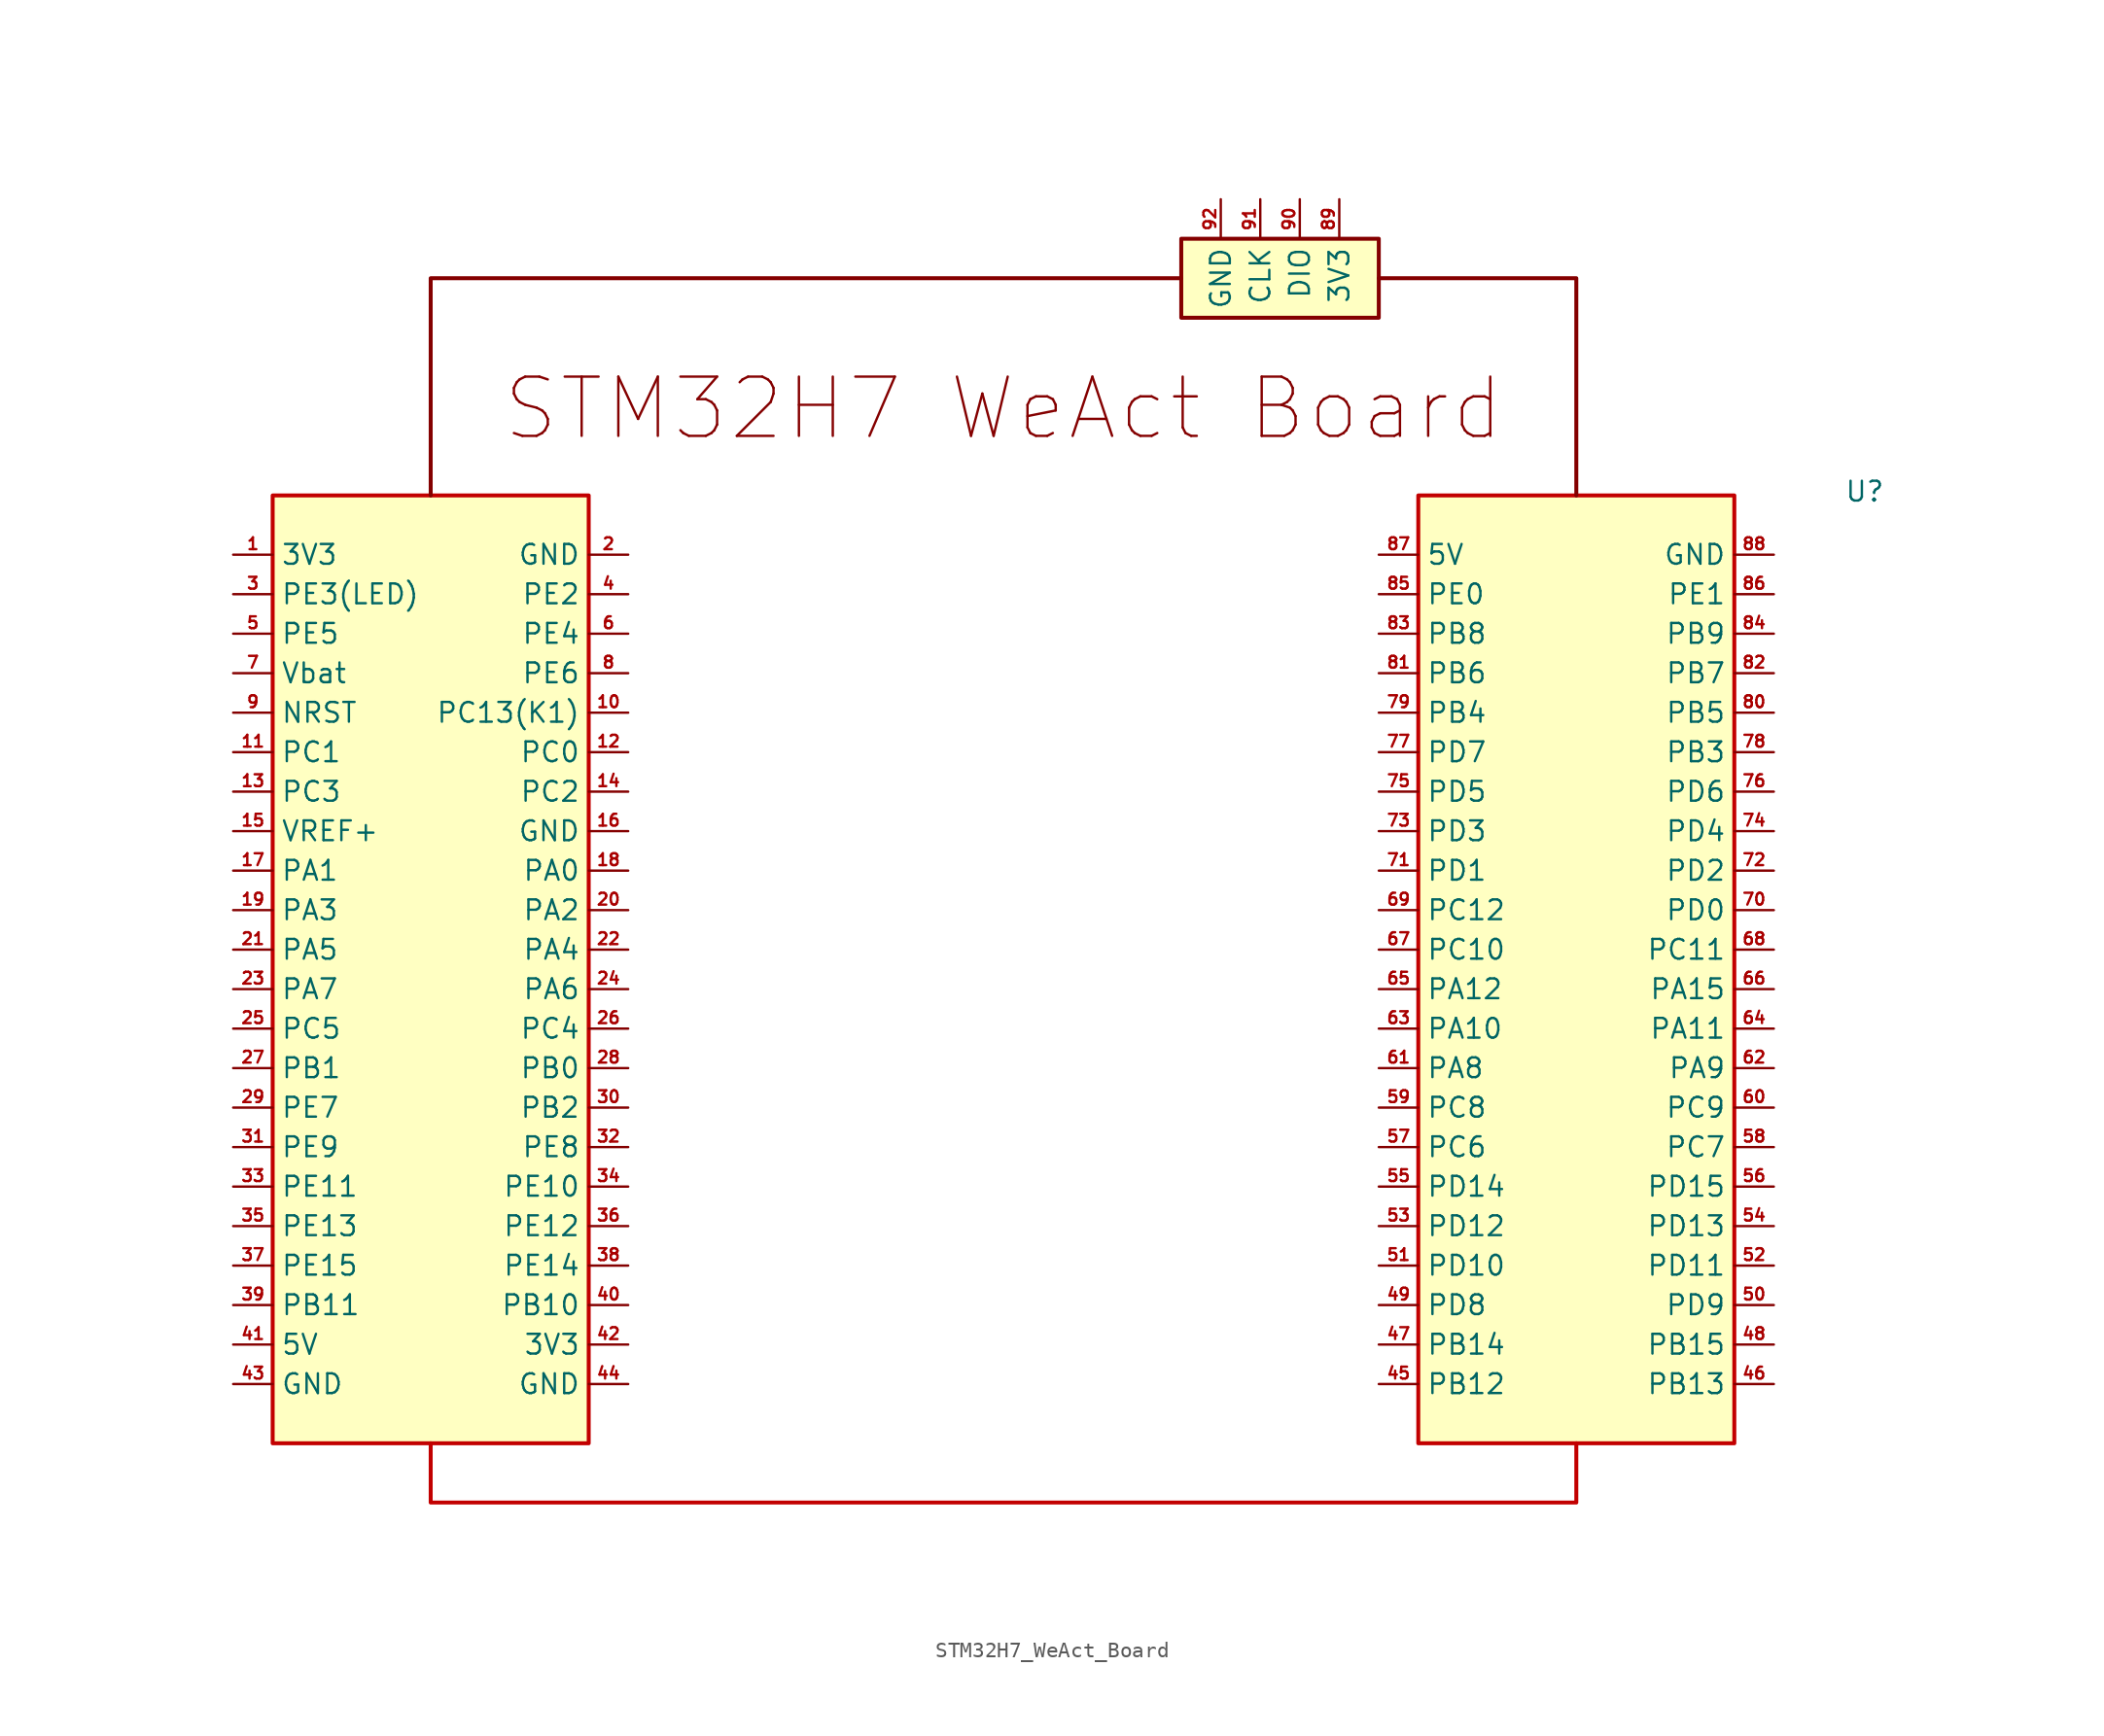
<source format=kicad_sym>
(kicad_symbol_lib
  (version 20241209)
  (generator "kicad_symbol_editor")
  (generator_version "9.0")
  (symbol "STM32H7_WeAct_Board"
    (property "Reference" "U"
      (at 55.372 30.734 0)
      (effects (font (size 1.27 1.27))))
    (property "Value" ""
      (at 0 0 0)
      (effects (font (size 1.27 1.27))))
    (symbol "STM32H7_WeAct_Board_1_1"
      (rectangle (start -46.99 30.48) (end -26.67 -30.48) (stroke (width 0.254) (type solid) (color 194 0 0 1)) (fill (type color) (color 255 255 194 1)))
      (polyline (pts (xy -36.83 -30.48) (xy -36.83 -34.29) (xy 36.83 -34.29) (xy 36.83 -30.48)) (stroke (width 0.254) (type solid) (color 194 0 0 1)) (fill (type none)))
      (rectangle (start 11.43 46.99) (end 24.13 41.91) (stroke (width 0.254) (type solid)) (fill (type color) (color 255 255 194 1)))
      (polyline (pts (xy 11.43 44.45) (xy -36.83 44.45) (xy -36.83 30.48)) (stroke (width 0.254) (type solid)) (fill (type none)))
      (rectangle (start 26.67 30.48) (end 46.99 -30.48) (stroke (width 0.254) (type solid) (color 194 0 0 1)) (fill (type color) (color 255 255 194 1)))
      (polyline (pts (xy 36.83 30.48) (xy 36.83 44.45) (xy 24.13 44.45)) (stroke (width 0.254) (type solid)) (fill (type none)))
      (text "STM32H7 WeAct Board" (at 0 36.068 0) (effects (font (size 3.81 3.81))))
      (pin bidirectional line (at -49.53 26.67 0) (length 2.54) (name "3V3" (effects (font (size 1.27 1.27)))) (number "1" (effects (font (size 0.762 0.762)))))
      (pin bidirectional line (at -49.53 24.13 0) (length 2.54) (name "PE3(LED)" (effects (font (size 1.27 1.27)))) (number "3" (effects (font (size 0.762 0.762)))))
      (pin bidirectional line (at -49.53 21.59 0) (length 2.54) (name "PE5" (effects (font (size 1.27 1.27)))) (number "5" (effects (font (size 0.762 0.762)))))
      (pin bidirectional line (at -49.53 19.05 0) (length 2.54) (name "Vbat" (effects (font (size 1.27 1.27)))) (number "7" (effects (font (size 0.762 0.762)))))
      (pin bidirectional line (at -49.53 16.51 0) (length 2.54) (name "NRST" (effects (font (size 1.27 1.27)))) (number "9" (effects (font (size 0.762 0.762)))))
      (pin bidirectional line (at -49.53 13.97 0) (length 2.54) (name "PC1" (effects (font (size 1.27 1.27)))) (number "11" (effects (font (size 0.762 0.762)))))
      (pin bidirectional line (at -49.53 11.43 0) (length 2.54) (name "PC3" (effects (font (size 1.27 1.27)))) (number "13" (effects (font (size 0.762 0.762)))))
      (pin bidirectional line (at -49.53 8.89 0) (length 2.54) (name "VREF+" (effects (font (size 1.27 1.27)))) (number "15" (effects (font (size 0.762 0.762)))))
      (pin bidirectional line (at -49.53 6.35 0) (length 2.54) (name "PA1" (effects (font (size 1.27 1.27)))) (number "17" (effects (font (size 0.762 0.762)))))
      (pin bidirectional line (at -49.53 3.81 0) (length 2.54) (name "PA3" (effects (font (size 1.27 1.27)))) (number "19" (effects (font (size 0.762 0.762)))))
      (pin bidirectional line (at -49.53 1.27 0) (length 2.54) (name "PA5" (effects (font (size 1.27 1.27)))) (number "21" (effects (font (size 0.762 0.762)))))
      (pin bidirectional line (at -49.53 -1.27 0) (length 2.54) (name "PA7" (effects (font (size 1.27 1.27)))) (number "23" (effects (font (size 0.762 0.762)))))
      (pin bidirectional line (at -49.53 -3.81 0) (length 2.54) (name "PC5" (effects (font (size 1.27 1.27)))) (number "25" (effects (font (size 0.762 0.762)))))
      (pin bidirectional line (at -49.53 -6.35 0) (length 2.54) (name "PB1" (effects (font (size 1.27 1.27)))) (number "27" (effects (font (size 0.762 0.762)))))
      (pin bidirectional line (at -49.53 -8.89 0) (length 2.54) (name "PE7" (effects (font (size 1.27 1.27)))) (number "29" (effects (font (size 0.762 0.762)))))
      (pin bidirectional line (at -49.53 -11.43 0) (length 2.54) (name "PE9" (effects (font (size 1.27 1.27)))) (number "31" (effects (font (size 0.762 0.762)))))
      (pin bidirectional line (at -49.53 -13.97 0) (length 2.54) (name "PE11" (effects (font (size 1.27 1.27)))) (number "33" (effects (font (size 0.762 0.762)))))
      (pin bidirectional line (at -49.53 -16.51 0) (length 2.54) (name "PE13" (effects (font (size 1.27 1.27)))) (number "35" (effects (font (size 0.762 0.762)))))
      (pin bidirectional line (at -49.53 -19.05 0) (length 2.54) (name "PE15" (effects (font (size 1.27 1.27)))) (number "37" (effects (font (size 0.762 0.762)))))
      (pin bidirectional line (at -49.53 -21.59 0) (length 2.54) (name "PB11" (effects (font (size 1.27 1.27)))) (number "39" (effects (font (size 0.762 0.762)))))
      (pin bidirectional line (at -49.53 -24.13 0) (length 2.54) (name "5V" (effects (font (size 1.27 1.27)))) (number "41" (effects (font (size 0.762 0.762)))))
      (pin bidirectional line (at -49.53 -26.67 0) (length 2.54) (name "GND" (effects (font (size 1.27 1.27)))) (number "43" (effects (font (size 0.762 0.762)))))
      (pin bidirectional line (at -24.13 26.67 180) (length 2.54) (name "GND" (effects (font (size 1.27 1.27)))) (number "2" (effects (font (size 0.762 0.762)))))
      (pin bidirectional line (at -24.13 24.13 180) (length 2.54) (name "PE2" (effects (font (size 1.27 1.27)))) (number "4" (effects (font (size 0.762 0.762)))))
      (pin bidirectional line (at -24.13 21.59 180) (length 2.54) (name "PE4" (effects (font (size 1.27 1.27)))) (number "6" (effects (font (size 0.762 0.762)))))
      (pin bidirectional line (at -24.13 19.05 180) (length 2.54) (name "PE6" (effects (font (size 1.27 1.27)))) (number "8" (effects (font (size 0.762 0.762)))))
      (pin bidirectional line (at -24.13 16.51 180) (length 2.54) (name "PC13(K1)" (effects (font (size 1.27 1.27)))) (number "10" (effects (font (size 0.762 0.762)))))
      (pin bidirectional line (at -24.13 13.97 180) (length 2.54) (name "PC0" (effects (font (size 1.27 1.27)))) (number "12" (effects (font (size 0.762 0.762)))))
      (pin bidirectional line (at -24.13 11.43 180) (length 2.54) (name "PC2" (effects (font (size 1.27 1.27)))) (number "14" (effects (font (size 0.762 0.762)))))
      (pin bidirectional line (at -24.13 8.89 180) (length 2.54) (name "GND" (effects (font (size 1.27 1.27)))) (number "16" (effects (font (size 0.762 0.762)))))
      (pin bidirectional line (at -24.13 6.35 180) (length 2.54) (name "PA0" (effects (font (size 1.27 1.27)))) (number "18" (effects (font (size 0.762 0.762)))))
      (pin bidirectional line (at -24.13 3.81 180) (length 2.54) (name "PA2" (effects (font (size 1.27 1.27)))) (number "20" (effects (font (size 0.762 0.762)))))
      (pin bidirectional line (at -24.13 1.27 180) (length 2.54) (name "PA4" (effects (font (size 1.27 1.27)))) (number "22" (effects (font (size 0.762 0.762)))))
      (pin bidirectional line (at -24.13 -1.27 180) (length 2.54) (name "PA6" (effects (font (size 1.27 1.27)))) (number "24" (effects (font (size 0.762 0.762)))))
      (pin bidirectional line (at -24.13 -3.81 180) (length 2.54) (name "PC4" (effects (font (size 1.27 1.27)))) (number "26" (effects (font (size 0.762 0.762)))))
      (pin bidirectional line (at -24.13 -6.35 180) (length 2.54) (name "PB0" (effects (font (size 1.27 1.27)))) (number "28" (effects (font (size 0.762 0.762)))))
      (pin bidirectional line (at -24.13 -8.89 180) (length 2.54) (name "PB2" (effects (font (size 1.27 1.27)))) (number "30" (effects (font (size 0.762 0.762)))))
      (pin bidirectional line (at -24.13 -11.43 180) (length 2.54) (name "PE8" (effects (font (size 1.27 1.27)))) (number "32" (effects (font (size 0.762 0.762)))))
      (pin bidirectional line (at -24.13 -13.97 180) (length 2.54) (name "PE10" (effects (font (size 1.27 1.27)))) (number "34" (effects (font (size 0.762 0.762)))))
      (pin bidirectional line (at -24.13 -16.51 180) (length 2.54) (name "PE12" (effects (font (size 1.27 1.27)))) (number "36" (effects (font (size 0.762 0.762)))))
      (pin bidirectional line (at -24.13 -19.05 180) (length 2.54) (name "PE14" (effects (font (size 1.27 1.27)))) (number "38" (effects (font (size 0.762 0.762)))))
      (pin bidirectional line (at -24.13 -21.59 180) (length 2.54) (name "PB10" (effects (font (size 1.27 1.27)))) (number "40" (effects (font (size 0.762 0.762)))))
      (pin bidirectional line (at -24.13 -24.13 180) (length 2.54) (name "3V3" (effects (font (size 1.27 1.27)))) (number "42" (effects (font (size 0.762 0.762)))))
      (pin bidirectional line (at -24.13 -26.67 180) (length 2.54) (name "GND" (effects (font (size 1.27 1.27)))) (number "44" (effects (font (size 0.762 0.762)))))
      (pin bidirectional line (at 13.97 49.53 270) (length 2.54) (name "GND" (effects (font (size 1.27 1.27)))) (number "92" (effects (font (size 0.762 0.762)))))
      (pin bidirectional line (at 16.51 49.53 270) (length 2.54) (name "CLK" (effects (font (size 1.27 1.27)))) (number "91" (effects (font (size 0.762 0.762)))))
      (pin bidirectional line (at 19.05 49.53 270) (length 2.54) (name "DIO" (effects (font (size 1.27 1.27)))) (number "90" (effects (font (size 0.762 0.762)))))
      (pin bidirectional line (at 21.59 49.53 270) (length 2.54) (name "3V3" (effects (font (size 1.27 1.27)))) (number "89" (effects (font (size 0.762 0.762)))))
      (pin bidirectional line (at 24.13 26.67 0) (length 2.54) (name "5V" (effects (font (size 1.27 1.27)))) (number "87" (effects (font (size 0.762 0.762)))))
      (pin bidirectional line (at 24.13 24.13 0) (length 2.54) (name "PE0" (effects (font (size 1.27 1.27)))) (number "85" (effects (font (size 0.762 0.762)))))
      (pin bidirectional line (at 24.13 21.59 0) (length 2.54) (name "PB8" (effects (font (size 1.27 1.27)))) (number "83" (effects (font (size 0.762 0.762)))))
      (pin bidirectional line (at 24.13 19.05 0) (length 2.54) (name "PB6" (effects (font (size 1.27 1.27)))) (number "81" (effects (font (size 0.762 0.762)))))
      (pin bidirectional line (at 24.13 16.51 0) (length 2.54) (name "PB4" (effects (font (size 1.27 1.27)))) (number "79" (effects (font (size 0.762 0.762)))))
      (pin bidirectional line (at 24.13 13.97 0) (length 2.54) (name "PD7" (effects (font (size 1.27 1.27)))) (number "77" (effects (font (size 0.762 0.762)))))
      (pin bidirectional line (at 24.13 11.43 0) (length 2.54) (name "PD5" (effects (font (size 1.27 1.27)))) (number "75" (effects (font (size 0.762 0.762)))))
      (pin bidirectional line (at 24.13 8.89 0) (length 2.54) (name "PD3" (effects (font (size 1.27 1.27)))) (number "73" (effects (font (size 0.762 0.762)))))
      (pin bidirectional line (at 24.13 6.35 0) (length 2.54) (name "PD1" (effects (font (size 1.27 1.27)))) (number "71" (effects (font (size 0.762 0.762)))))
      (pin bidirectional line (at 24.13 3.81 0) (length 2.54) (name "PC12" (effects (font (size 1.27 1.27)))) (number "69" (effects (font (size 0.762 0.762)))))
      (pin bidirectional line (at 24.13 1.27 0) (length 2.54) (name "PC10" (effects (font (size 1.27 1.27)))) (number "67" (effects (font (size 0.762 0.762)))))
      (pin bidirectional line (at 24.13 -1.27 0) (length 2.54) (name "PA12" (effects (font (size 1.27 1.27)))) (number "65" (effects (font (size 0.762 0.762)))))
      (pin bidirectional line (at 24.13 -3.81 0) (length 2.54) (name "PA10" (effects (font (size 1.27 1.27)))) (number "63" (effects (font (size 0.762 0.762)))))
      (pin bidirectional line (at 24.13 -6.35 0) (length 2.54) (name "PA8" (effects (font (size 1.27 1.27)))) (number "61" (effects (font (size 0.762 0.762)))))
      (pin bidirectional line (at 24.13 -8.89 0) (length 2.54) (name "PC8" (effects (font (size 1.27 1.27)))) (number "59" (effects (font (size 0.762 0.762)))))
      (pin bidirectional line (at 24.13 -11.43 0) (length 2.54) (name "PC6" (effects (font (size 1.27 1.27)))) (number "57" (effects (font (size 0.762 0.762)))))
      (pin bidirectional line (at 24.13 -13.97 0) (length 2.54) (name "PD14" (effects (font (size 1.27 1.27)))) (number "55" (effects (font (size 0.762 0.762)))))
      (pin bidirectional line (at 24.13 -16.51 0) (length 2.54) (name "PD12" (effects (font (size 1.27 1.27)))) (number "53" (effects (font (size 0.762 0.762)))))
      (pin bidirectional line (at 24.13 -19.05 0) (length 2.54) (name "PD10" (effects (font (size 1.27 1.27)))) (number "51" (effects (font (size 0.762 0.762)))))
      (pin bidirectional line (at 24.13 -21.59 0) (length 2.54) (name "PD8" (effects (font (size 1.27 1.27)))) (number "49" (effects (font (size 0.762 0.762)))))
      (pin bidirectional line (at 24.13 -24.13 0) (length 2.54) (name "PB14" (effects (font (size 1.27 1.27)))) (number "47" (effects (font (size 0.762 0.762)))))
      (pin bidirectional line (at 24.13 -26.67 0) (length 2.54) (name "PB12" (effects (font (size 1.27 1.27)))) (number "45" (effects (font (size 0.762 0.762)))))
      (pin bidirectional line (at 49.53 26.67 180) (length 2.54) (name "GND" (effects (font (size 1.27 1.27)))) (number "88" (effects (font (size 0.762 0.762)))))
      (pin bidirectional line (at 49.53 24.13 180) (length 2.54) (name "PE1" (effects (font (size 1.27 1.27)))) (number "86" (effects (font (size 0.762 0.762)))))
      (pin bidirectional line (at 49.53 21.59 180) (length 2.54) (name "PB9" (effects (font (size 1.27 1.27)))) (number "84" (effects (font (size 0.762 0.762)))))
      (pin bidirectional line (at 49.53 19.05 180) (length 2.54) (name "PB7" (effects (font (size 1.27 1.27)))) (number "82" (effects (font (size 0.762 0.762)))))
      (pin bidirectional line (at 49.53 16.51 180) (length 2.54) (name "PB5" (effects (font (size 1.27 1.27)))) (number "80" (effects (font (size 0.762 0.762)))))
      (pin bidirectional line (at 49.53 13.97 180) (length 2.54) (name "PB3" (effects (font (size 1.27 1.27)))) (number "78" (effects (font (size 0.762 0.762)))))
      (pin bidirectional line (at 49.53 11.43 180) (length 2.54) (name "PD6" (effects (font (size 1.27 1.27)))) (number "76" (effects (font (size 0.762 0.762)))))
      (pin bidirectional line (at 49.53 8.89 180) (length 2.54) (name "PD4" (effects (font (size 1.27 1.27)))) (number "74" (effects (font (size 0.762 0.762)))))
      (pin bidirectional line (at 49.53 6.35 180) (length 2.54) (name "PD2" (effects (font (size 1.27 1.27)))) (number "72" (effects (font (size 0.762 0.762)))))
      (pin bidirectional line (at 49.53 3.81 180) (length 2.54) (name "PD0" (effects (font (size 1.27 1.27)))) (number "70" (effects (font (size 0.762 0.762)))))
      (pin bidirectional line (at 49.53 1.27 180) (length 2.54) (name "PC11" (effects (font (size 1.27 1.27)))) (number "68" (effects (font (size 0.762 0.762)))))
      (pin bidirectional line (at 49.53 -1.27 180) (length 2.54) (name "PA15" (effects (font (size 1.27 1.27)))) (number "66" (effects (font (size 0.762 0.762)))))
      (pin bidirectional line (at 49.53 -3.81 180) (length 2.54) (name "PA11" (effects (font (size 1.27 1.27)))) (number "64" (effects (font (size 0.762 0.762)))))
      (pin bidirectional line (at 49.53 -6.35 180) (length 2.54) (name "PA9" (effects (font (size 1.27 1.27)))) (number "62" (effects (font (size 0.762 0.762)))))
      (pin bidirectional line (at 49.53 -8.89 180) (length 2.54) (name "PC9" (effects (font (size 1.27 1.27)))) (number "60" (effects (font (size 0.762 0.762)))))
      (pin bidirectional line (at 49.53 -11.43 180) (length 2.54) (name "PC7" (effects (font (size 1.27 1.27)))) (number "58" (effects (font (size 0.762 0.762)))))
      (pin bidirectional line (at 49.53 -13.97 180) (length 2.54) (name "PD15" (effects (font (size 1.27 1.27)))) (number "56" (effects (font (size 0.762 0.762)))))
      (pin bidirectional line (at 49.53 -16.51 180) (length 2.54) (name "PD13" (effects (font (size 1.27 1.27)))) (number "54" (effects (font (size 0.762 0.762)))))
      (pin bidirectional line (at 49.53 -19.05 180) (length 2.54) (name "PD11" (effects (font (size 1.27 1.27)))) (number "52" (effects (font (size 0.762 0.762)))))
      (pin bidirectional line (at 49.53 -21.59 180) (length 2.54) (name "PD9" (effects (font (size 1.27 1.27)))) (number "50" (effects (font (size 0.762 0.762)))))
      (pin bidirectional line (at 49.53 -24.13 180) (length 2.54) (name "PB15" (effects (font (size 1.27 1.27)))) (number "48" (effects (font (size 0.762 0.762)))))
      (pin bidirectional line (at 49.53 -26.67 180) (length 2.54) (name "PB13" (effects (font (size 1.27 1.27)))) (number "46" (effects (font (size 0.762 0.762))))))))
</source>
